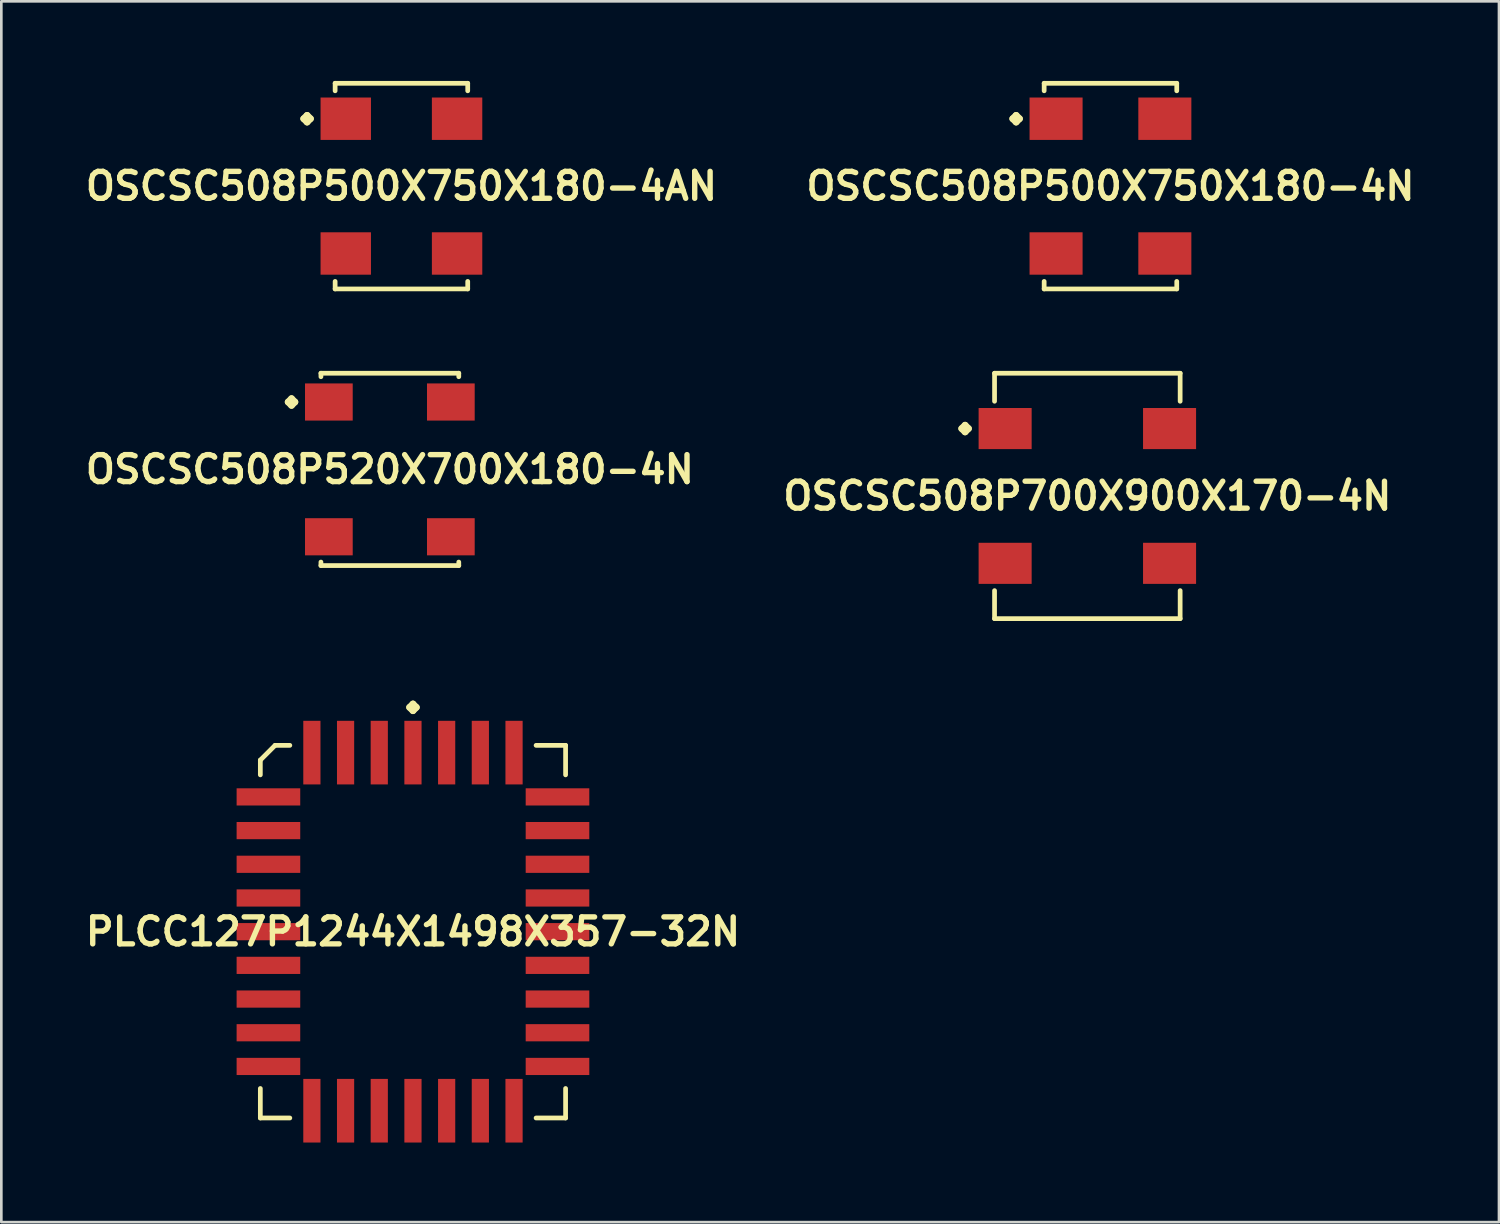
<source format=kicad_pcb>
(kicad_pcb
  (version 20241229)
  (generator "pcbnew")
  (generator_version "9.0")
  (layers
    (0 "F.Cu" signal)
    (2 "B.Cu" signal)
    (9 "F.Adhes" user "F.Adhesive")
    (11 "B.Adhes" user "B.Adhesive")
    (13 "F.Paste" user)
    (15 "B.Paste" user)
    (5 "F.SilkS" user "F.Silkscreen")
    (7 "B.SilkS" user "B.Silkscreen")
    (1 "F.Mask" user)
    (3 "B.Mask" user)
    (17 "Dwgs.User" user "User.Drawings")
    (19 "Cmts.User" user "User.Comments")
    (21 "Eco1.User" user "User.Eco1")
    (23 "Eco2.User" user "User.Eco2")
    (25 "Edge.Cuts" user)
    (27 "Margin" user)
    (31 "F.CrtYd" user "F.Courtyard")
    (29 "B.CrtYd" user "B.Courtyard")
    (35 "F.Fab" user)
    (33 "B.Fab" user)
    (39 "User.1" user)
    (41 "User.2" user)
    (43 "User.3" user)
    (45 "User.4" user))
  (footprint "OSCSC508P520X700X180-4N"
    (layer "F.Cu")
    (at 11.645 14.643)
    (property "Reference" "OSCSC508P520X700X180-4N" (at 0 0 0) (layer "F.SilkS") (effects (font (size 1.016 1.016) (thickness 0.203))))
    (attr smd)
    (fp_line (start -3.833 -2.54) (end -3.706 -2.667) (stroke (width 0.254) (type solid)) (layer "F.SilkS"))
    (fp_line (start -3.706 -2.667) (end -3.579 -2.54) (stroke (width 0.254) (type solid)) (layer "F.SilkS"))
    (fp_line (start -3.706 -2.413) (end -3.833 -2.54) (stroke (width 0.254) (type solid)) (layer "F.SilkS"))
    (fp_line (start -3.579 -2.54) (end -3.706 -2.413) (stroke (width 0.254) (type solid)) (layer "F.SilkS"))
    (fp_line (start -2.598 -3.625) (end 2.598 -3.625) (stroke (width 0.178) (type solid)) (layer "F.SilkS"))
    (fp_line (start -2.598 -3.493) (end -2.598 -3.625) (stroke (width 0.178) (type solid)) (layer "F.SilkS"))
    (fp_line (start -2.598 3.493) (end -2.598 3.625) (stroke (width 0.178) (type solid)) (layer "F.SilkS"))
    (fp_line (start -2.598 3.625) (end 2.598 3.625) (stroke (width 0.178) (type solid)) (layer "F.SilkS"))
    (fp_line (start 2.598 -3.625) (end 2.598 -3.493) (stroke (width 0.178) (type solid)) (layer "F.SilkS"))
    (fp_line (start 2.598 3.625) (end 2.598 3.493) (stroke (width 0.178) (type solid)) (layer "F.SilkS"))
    (pad "1" smd rect (at -2.299 -2.54) (size 1.798 1.4) (layers "F.Cu" "F.Mask" "F.Paste"))
    (pad "2" smd rect (at -2.299 2.54) (size 1.798 1.4) (layers "F.Cu" "F.Mask" "F.Paste"))
    (pad "3" smd rect (at 2.299 2.54) (size 1.798 1.4) (layers "F.Cu" "F.Mask" "F.Paste"))
    (pad "4" smd rect (at 2.299 -2.54) (size 1.798 1.4) (layers "F.Cu" "F.Mask" "F.Paste")))
  (footprint "OSCSC508P500X750X180-4N"
    (layer "F.Cu")
    (at 38.807 3.965)
    (property "Reference" "OSCSC508P500X750X180-4N" (at 0 0 0) (layer "F.SilkS") (effects (font (size 1.016 1.016) (thickness 0.203))))
    (attr smd)
    (fp_line (start -3.683 -2.54) (end -3.556 -2.667) (stroke (width 0.254) (type solid)) (layer "F.SilkS"))
    (fp_line (start -3.556 -2.667) (end -3.429 -2.54) (stroke (width 0.254) (type solid)) (layer "F.SilkS"))
    (fp_line (start -3.556 -2.413) (end -3.683 -2.54) (stroke (width 0.254) (type solid)) (layer "F.SilkS"))
    (fp_line (start -3.429 -2.54) (end -3.556 -2.413) (stroke (width 0.254) (type solid)) (layer "F.SilkS"))
    (fp_line (start -2.499 -3.876) (end 2.499 -3.876) (stroke (width 0.178) (type solid)) (layer "F.SilkS"))
    (fp_line (start -2.499 -3.592) (end -2.499 -3.876) (stroke (width 0.178) (type solid)) (layer "F.SilkS"))
    (fp_line (start -2.499 3.592) (end -2.499 3.876) (stroke (width 0.178) (type solid)) (layer "F.SilkS"))
    (fp_line (start -2.499 3.876) (end 2.499 3.876) (stroke (width 0.178) (type solid)) (layer "F.SilkS"))
    (fp_line (start 2.499 -3.876) (end 2.499 -3.592) (stroke (width 0.178) (type solid)) (layer "F.SilkS"))
    (fp_line (start 2.499 3.876) (end 2.499 3.592) (stroke (width 0.178) (type solid)) (layer "F.SilkS"))
    (pad "1" smd rect (at -2.05 -2.54) (size 1.999 1.598) (layers "F.Cu" "F.Mask" "F.Paste"))
    (pad "2" smd rect (at -2.05 2.54) (size 1.999 1.598) (layers "F.Cu" "F.Mask" "F.Paste"))
    (pad "3" smd rect (at 2.05 2.54) (size 1.999 1.598) (layers "F.Cu" "F.Mask" "F.Paste"))
    (pad "4" smd rect (at 2.05 -2.54) (size 1.999 1.598) (layers "F.Cu" "F.Mask" "F.Paste")))
  (footprint "PLCC127P1244X1498X357-32N"
    (layer "F.Cu")
    (at 12.516 32.068)
    (property "Reference" "PLCC127P1244X1498X357-32N" (at 0 0 0) (layer "F.SilkS") (effects (font (size 1.016 1.016) (thickness 0.203))))
    (attr smd)
    (fp_line (start -5.753 -6.467) (end -5.197 -7.023) (stroke (width 0.178) (type solid)) (layer "F.SilkS"))
    (fp_line (start -5.753 -5.911) (end -5.753 -6.467) (stroke (width 0.178) (type solid)) (layer "F.SilkS"))
    (fp_line (start -5.753 5.911) (end -5.753 7.023) (stroke (width 0.178) (type solid)) (layer "F.SilkS"))
    (fp_line (start -5.753 7.023) (end -4.641 7.023) (stroke (width 0.178) (type solid)) (layer "F.SilkS"))
    (fp_line (start -5.197 -7.023) (end -4.641 -7.023) (stroke (width 0.178) (type solid)) (layer "F.SilkS"))
    (fp_line (start -0.127 -8.456) (end 0 -8.583) (stroke (width 0.254) (type solid)) (layer "F.SilkS"))
    (fp_line (start 0 -8.583) (end 0.127 -8.456) (stroke (width 0.254) (type solid)) (layer "F.SilkS"))
    (fp_line (start 0 -8.329) (end -0.127 -8.456) (stroke (width 0.254) (type solid)) (layer "F.SilkS"))
    (fp_line (start 0.127 -8.456) (end 0 -8.329) (stroke (width 0.254) (type solid)) (layer "F.SilkS"))
    (fp_line (start 5.753 -7.023) (end 4.641 -7.023) (stroke (width 0.178) (type solid)) (layer "F.SilkS"))
    (fp_line (start 5.753 -5.911) (end 5.753 -7.023) (stroke (width 0.178) (type solid)) (layer "F.SilkS"))
    (fp_line (start 5.753 5.911) (end 5.753 7.023) (stroke (width 0.178) (type solid)) (layer "F.SilkS"))
    (fp_line (start 5.753 7.023) (end 4.641 7.023) (stroke (width 0.178) (type solid)) (layer "F.SilkS"))
    (pad "1" smd rect (at 0 -6.749) (size 0.648 2.398) (layers "F.Cu" "F.Mask" "F.Paste"))
    (pad "2" smd rect (at -1.27 -6.749) (size 0.648 2.398) (layers "F.Cu" "F.Mask" "F.Paste"))
    (pad "3" smd rect (at -2.54 -6.749) (size 0.648 2.398) (layers "F.Cu" "F.Mask" "F.Paste"))
    (pad "4" smd rect (at -3.81 -6.749) (size 0.648 2.398) (layers "F.Cu" "F.Mask" "F.Paste"))
    (pad "5" smd rect (at -5.448 -5.08) (size 2.398 0.648) (layers "F.Cu" "F.Mask" "F.Paste"))
    (pad "6" smd rect (at -5.448 -3.81) (size 2.398 0.648) (layers "F.Cu" "F.Mask" "F.Paste"))
    (pad "7" smd rect (at -5.448 -2.54) (size 2.398 0.648) (layers "F.Cu" "F.Mask" "F.Paste"))
    (pad "8" smd rect (at -5.448 -1.27) (size 2.398 0.648) (layers "F.Cu" "F.Mask" "F.Paste"))
    (pad "9" smd rect (at -5.448 0) (size 2.398 0.648) (layers "F.Cu" "F.Mask" "F.Paste"))
    (pad "10" smd rect (at -5.448 1.27) (size 2.398 0.648) (layers "F.Cu" "F.Mask" "F.Paste"))
    (pad "11" smd rect (at -5.448 2.54) (size 2.398 0.648) (layers "F.Cu" "F.Mask" "F.Paste"))
    (pad "12" smd rect (at -5.448 3.81) (size 2.398 0.648) (layers "F.Cu" "F.Mask" "F.Paste"))
    (pad "13" smd rect (at -5.448 5.08) (size 2.398 0.648) (layers "F.Cu" "F.Mask" "F.Paste"))
    (pad "14" smd rect (at -3.81 6.749) (size 0.648 2.398) (layers "F.Cu" "F.Mask" "F.Paste"))
    (pad "15" smd rect (at -2.54 6.749) (size 0.648 2.398) (layers "F.Cu" "F.Mask" "F.Paste"))
    (pad "16" smd rect (at -1.27 6.749) (size 0.648 2.398) (layers "F.Cu" "F.Mask" "F.Paste"))
    (pad "17" smd rect (at 0 6.749) (size 0.648 2.398) (layers "F.Cu" "F.Mask" "F.Paste"))
    (pad "18" smd rect (at 1.27 6.749) (size 0.648 2.398) (layers "F.Cu" "F.Mask" "F.Paste"))
    (pad "19" smd rect (at 2.54 6.749) (size 0.648 2.398) (layers "F.Cu" "F.Mask" "F.Paste"))
    (pad "20" smd rect (at 3.81 6.749) (size 0.648 2.398) (layers "F.Cu" "F.Mask" "F.Paste"))
    (pad "21" smd rect (at 5.448 5.08) (size 2.398 0.648) (layers "F.Cu" "F.Mask" "F.Paste"))
    (pad "22" smd rect (at 5.448 3.81) (size 2.398 0.648) (layers "F.Cu" "F.Mask" "F.Paste"))
    (pad "23" smd rect (at 5.448 2.54) (size 2.398 0.648) (layers "F.Cu" "F.Mask" "F.Paste"))
    (pad "24" smd rect (at 5.448 1.27) (size 2.398 0.648) (layers "F.Cu" "F.Mask" "F.Paste"))
    (pad "25" smd rect (at 5.448 0) (size 2.398 0.648) (layers "F.Cu" "F.Mask" "F.Paste"))
    (pad "26" smd rect (at 5.448 -1.27) (size 2.398 0.648) (layers "F.Cu" "F.Mask" "F.Paste"))
    (pad "27" smd rect (at 5.448 -2.54) (size 2.398 0.648) (layers "F.Cu" "F.Mask" "F.Paste"))
    (pad "28" smd rect (at 5.448 -3.81) (size 2.398 0.648) (layers "F.Cu" "F.Mask" "F.Paste"))
    (pad "29" smd rect (at 5.448 -5.08) (size 2.398 0.648) (layers "F.Cu" "F.Mask" "F.Paste"))
    (pad "30" smd rect (at 3.81 -6.749) (size 0.648 2.398) (layers "F.Cu" "F.Mask" "F.Paste"))
    (pad "31" smd rect (at 2.54 -6.749) (size 0.648 2.398) (layers "F.Cu" "F.Mask" "F.Paste"))
    (pad "32" smd rect (at 1.27 -6.749) (size 0.648 2.398) (layers "F.Cu" "F.Mask" "F.Paste")))
  (footprint "OSCSC508P700X900X170-4N"
    (layer "F.Cu")
    (at 37.936 15.644)
    (property "Reference" "OSCSC508P700X900X170-4N" (at 0 0 0) (layer "F.SilkS") (effects (font (size 1.016 1.016) (thickness 0.203))))
    (attr smd)
    (fp_line (start -4.735 -2.54) (end -4.608 -2.667) (stroke (width 0.254) (type solid)) (layer "F.SilkS"))
    (fp_line (start -4.608 -2.667) (end -4.481 -2.54) (stroke (width 0.254) (type solid)) (layer "F.SilkS"))
    (fp_line (start -4.608 -2.413) (end -4.735 -2.54) (stroke (width 0.254) (type solid)) (layer "F.SilkS"))
    (fp_line (start -4.481 -2.54) (end -4.608 -2.413) (stroke (width 0.254) (type solid)) (layer "F.SilkS"))
    (fp_line (start -3.498 -4.625) (end 3.498 -4.625) (stroke (width 0.178) (type solid)) (layer "F.SilkS"))
    (fp_line (start -3.498 -3.569) (end -3.498 -4.625) (stroke (width 0.178) (type solid)) (layer "F.SilkS"))
    (fp_line (start -3.498 3.569) (end -3.498 4.625) (stroke (width 0.178) (type solid)) (layer "F.SilkS"))
    (fp_line (start -3.498 4.625) (end 3.498 4.625) (stroke (width 0.178) (type solid)) (layer "F.SilkS"))
    (fp_line (start 3.498 -4.625) (end 3.498 -3.569) (stroke (width 0.178) (type solid)) (layer "F.SilkS"))
    (fp_line (start 3.498 4.625) (end 3.498 3.569) (stroke (width 0.178) (type solid)) (layer "F.SilkS"))
    (pad "1" smd rect (at -3.099 -2.54) (size 1.999 1.549) (layers "F.Cu" "F.Mask" "F.Paste"))
    (pad "2" smd rect (at -3.099 2.54) (size 1.999 1.549) (layers "F.Cu" "F.Mask" "F.Paste"))
    (pad "3" smd rect (at 3.099 2.54) (size 1.999 1.549) (layers "F.Cu" "F.Mask" "F.Paste"))
    (pad "4" smd rect (at 3.099 -2.54) (size 1.999 1.549) (layers "F.Cu" "F.Mask" "F.Paste")))
  (footprint "OSCSC508P500X750X180-4AN"
    (layer "F.Cu")
    (at 12.081 3.965)
    (property "Reference" "OSCSC508P500X750X180-4AN" (at 0 0 0) (layer "F.SilkS") (effects (font (size 1.016 1.016) (thickness 0.203))))
    (attr smd)
    (fp_line (start -3.683 -2.54) (end -3.556 -2.667) (stroke (width 0.254) (type solid)) (layer "F.SilkS"))
    (fp_line (start -3.556 -2.667) (end -3.429 -2.54) (stroke (width 0.254) (type solid)) (layer "F.SilkS"))
    (fp_line (start -3.556 -2.413) (end -3.683 -2.54) (stroke (width 0.254) (type solid)) (layer "F.SilkS"))
    (fp_line (start -3.429 -2.54) (end -3.556 -2.413) (stroke (width 0.254) (type solid)) (layer "F.SilkS"))
    (fp_line (start -2.499 -3.876) (end 2.499 -3.876) (stroke (width 0.178) (type solid)) (layer "F.SilkS"))
    (fp_line (start -2.499 -3.592) (end -2.499 -3.876) (stroke (width 0.178) (type solid)) (layer "F.SilkS"))
    (fp_line (start -2.499 3.592) (end -2.499 3.876) (stroke (width 0.178) (type solid)) (layer "F.SilkS"))
    (fp_line (start -2.499 3.876) (end 2.499 3.876) (stroke (width 0.178) (type solid)) (layer "F.SilkS"))
    (fp_line (start 2.499 -3.876) (end 2.499 -3.592) (stroke (width 0.178) (type solid)) (layer "F.SilkS"))
    (fp_line (start 2.499 3.876) (end 2.499 3.592) (stroke (width 0.178) (type solid)) (layer "F.SilkS"))
    (pad "1" smd rect (at -2.098 -2.54) (size 1.9 1.598) (layers "F.Cu" "F.Mask" "F.Paste"))
    (pad "2" smd rect (at -2.098 2.54) (size 1.9 1.598) (layers "F.Cu" "F.Mask" "F.Paste"))
    (pad "3" smd rect (at 2.098 2.54) (size 1.9 1.598) (layers "F.Cu" "F.Mask" "F.Paste"))
    (pad "4" smd rect (at 2.098 -2.54) (size 1.9 1.598) (layers "F.Cu" "F.Mask" "F.Paste")))
  (gr_rect
    (start -3 -3)
    (end 53.452 43.016)
    (stroke (width 0.1) (type default))
    (fill no)
    (layer "Edge.Cuts")))
</source>
